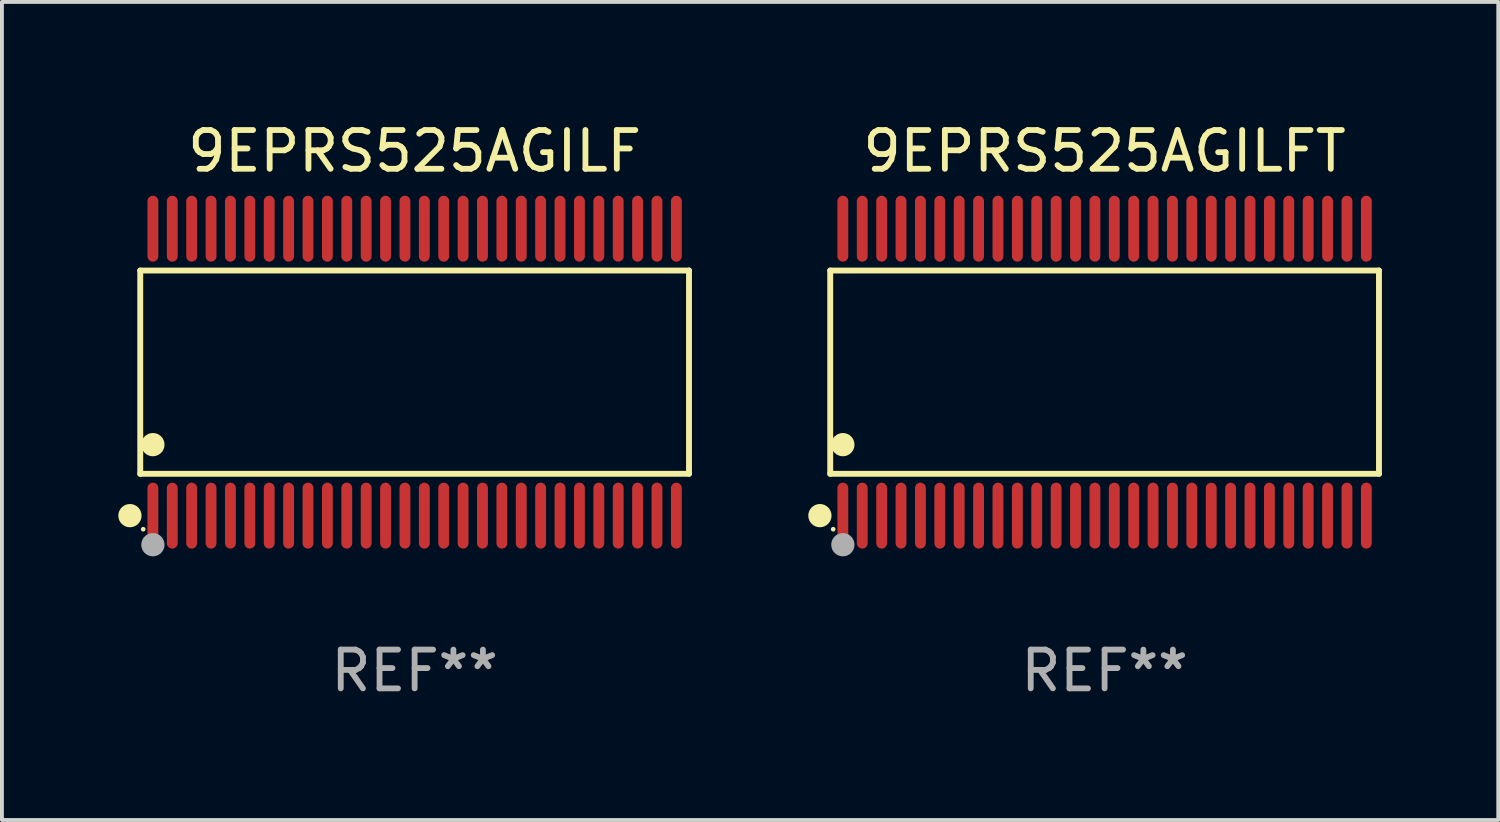
<source format=kicad_pcb>
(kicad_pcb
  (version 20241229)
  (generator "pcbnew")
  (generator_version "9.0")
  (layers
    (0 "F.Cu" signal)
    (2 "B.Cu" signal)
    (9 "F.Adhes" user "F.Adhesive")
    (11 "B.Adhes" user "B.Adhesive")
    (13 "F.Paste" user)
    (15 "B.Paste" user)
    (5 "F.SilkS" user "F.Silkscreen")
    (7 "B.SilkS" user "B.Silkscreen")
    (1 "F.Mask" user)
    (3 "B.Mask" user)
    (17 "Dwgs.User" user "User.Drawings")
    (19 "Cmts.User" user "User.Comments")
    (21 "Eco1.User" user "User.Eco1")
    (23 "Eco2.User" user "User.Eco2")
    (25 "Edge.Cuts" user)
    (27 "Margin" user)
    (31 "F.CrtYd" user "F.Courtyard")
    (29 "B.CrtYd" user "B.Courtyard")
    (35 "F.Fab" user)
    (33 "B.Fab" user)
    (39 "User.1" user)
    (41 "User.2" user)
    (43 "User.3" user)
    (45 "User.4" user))
  (footprint "9EPRS525AGILFT"
    (layer "F.Cu")
    (at 25.437 6.548)
    (property "Reference" "9EPRS525AGILFT" (at 0 -5.7 0) (layer "F.SilkS") (effects (font (size 1 1) (thickness 0.15))))
    (attr through_hole)
    (fp_line (start -7.076 -2.621) (end 7.076 -2.621) (stroke (width 0.152) (type solid)) (layer "F.SilkS"))
    (fp_line (start -7.076 2.621) (end -7.076 -2.621) (stroke (width 0.152) (type solid)) (layer "F.SilkS"))
    (fp_line (start 7.076 -2.621) (end 7.076 2.621) (stroke (width 0.152) (type solid)) (layer "F.SilkS"))
    (fp_line (start 7.076 2.621) (end -7.076 2.621) (stroke (width 0.152) (type solid)) (layer "F.SilkS"))
    (fp_circle (center -7.342 3.7) (end -7.192 3.7) (stroke (width 0.3) (type solid)) (fill no) (layer "F.SilkS"))
    (fp_circle (center -7 4.05) (end -6.97 4.05) (stroke (width 0.06) (type solid)) (fill no) (layer "F.SilkS"))
    (fp_circle (center -6.75 1.869) (end -6.6 1.869) (stroke (width 0.3) (type solid)) (fill no) (layer "F.SilkS"))
    (fp_circle (center -6.75 4.45) (end -6.6 4.45) (stroke (width 0.3) (type solid)) (fill no) (layer "F.Fab"))
    (fp_text user "REF**" (at 0 7.7 0) (layer "F.Fab") (effects (font (size 1 1) (thickness 0.15))))
    (pad "1" smd oval (at -6.75 3.7) (size 0.28 1.7) (layers "F.Cu" "F.Mask" "F.Paste"))
    (pad "2" smd oval (at -6.25 3.7) (size 0.28 1.7) (layers "F.Cu" "F.Mask" "F.Paste"))
    (pad "3" smd oval (at -5.75 3.7) (size 0.28 1.7) (layers "F.Cu" "F.Mask" "F.Paste"))
    (pad "4" smd oval (at -5.25 3.7) (size 0.28 1.7) (layers "F.Cu" "F.Mask" "F.Paste"))
    (pad "5" smd oval (at -4.75 3.7) (size 0.28 1.7) (layers "F.Cu" "F.Mask" "F.Paste"))
    (pad "6" smd oval (at -4.25 3.7) (size 0.28 1.7) (layers "F.Cu" "F.Mask" "F.Paste"))
    (pad "7" smd oval (at -3.75 3.7) (size 0.28 1.7) (layers "F.Cu" "F.Mask" "F.Paste"))
    (pad "8" smd oval (at -3.25 3.7) (size 0.28 1.7) (layers "F.Cu" "F.Mask" "F.Paste"))
    (pad "9" smd oval (at -2.75 3.7) (size 0.28 1.7) (layers "F.Cu" "F.Mask" "F.Paste"))
    (pad "10" smd oval (at -2.25 3.7) (size 0.28 1.7) (layers "F.Cu" "F.Mask" "F.Paste"))
    (pad "11" smd oval (at -1.75 3.7) (size 0.28 1.7) (layers "F.Cu" "F.Mask" "F.Paste"))
    (pad "12" smd oval (at -1.25 3.7) (size 0.28 1.7) (layers "F.Cu" "F.Mask" "F.Paste"))
    (pad "13" smd oval (at -0.75 3.7) (size 0.28 1.7) (layers "F.Cu" "F.Mask" "F.Paste"))
    (pad "14" smd oval (at -0.25 3.7) (size 0.28 1.7) (layers "F.Cu" "F.Mask" "F.Paste"))
    (pad "15" smd oval (at 0.25 3.7) (size 0.28 1.7) (layers "F.Cu" "F.Mask" "F.Paste"))
    (pad "16" smd oval (at 0.75 3.7) (size 0.28 1.7) (layers "F.Cu" "F.Mask" "F.Paste"))
    (pad "17" smd oval (at 1.25 3.7) (size 0.28 1.7) (layers "F.Cu" "F.Mask" "F.Paste"))
    (pad "18" smd oval (at 1.75 3.7) (size 0.28 1.7) (layers "F.Cu" "F.Mask" "F.Paste"))
    (pad "19" smd oval (at 2.25 3.7) (size 0.28 1.7) (layers "F.Cu" "F.Mask" "F.Paste"))
    (pad "20" smd oval (at 2.75 3.7) (size 0.28 1.7) (layers "F.Cu" "F.Mask" "F.Paste"))
    (pad "21" smd oval (at 3.25 3.7) (size 0.28 1.7) (layers "F.Cu" "F.Mask" "F.Paste"))
    (pad "22" smd oval (at 3.75 3.7) (size 0.28 1.7) (layers "F.Cu" "F.Mask" "F.Paste"))
    (pad "23" smd oval (at 4.25 3.7) (size 0.28 1.7) (layers "F.Cu" "F.Mask" "F.Paste"))
    (pad "24" smd oval (at 4.75 3.7) (size 0.28 1.7) (layers "F.Cu" "F.Mask" "F.Paste"))
    (pad "25" smd oval (at 5.25 3.7) (size 0.28 1.7) (layers "F.Cu" "F.Mask" "F.Paste"))
    (pad "26" smd oval (at 5.75 3.7) (size 0.28 1.7) (layers "F.Cu" "F.Mask" "F.Paste"))
    (pad "27" smd oval (at 6.25 3.7) (size 0.28 1.7) (layers "F.Cu" "F.Mask" "F.Paste"))
    (pad "28" smd oval (at 6.75 3.7) (size 0.28 1.7) (layers "F.Cu" "F.Mask" "F.Paste"))
    (pad "29" smd oval (at 6.75 -3.7) (size 0.28 1.7) (layers "F.Cu" "F.Mask" "F.Paste"))
    (pad "30" smd oval (at 6.25 -3.7) (size 0.28 1.7) (layers "F.Cu" "F.Mask" "F.Paste"))
    (pad "31" smd oval (at 5.75 -3.7) (size 0.28 1.7) (layers "F.Cu" "F.Mask" "F.Paste"))
    (pad "32" smd oval (at 5.25 -3.7) (size 0.28 1.7) (layers "F.Cu" "F.Mask" "F.Paste"))
    (pad "33" smd oval (at 4.75 -3.7) (size 0.28 1.7) (layers "F.Cu" "F.Mask" "F.Paste"))
    (pad "34" smd oval (at 4.25 -3.7) (size 0.28 1.7) (layers "F.Cu" "F.Mask" "F.Paste"))
    (pad "35" smd oval (at 3.75 -3.7) (size 0.28 1.7) (layers "F.Cu" "F.Mask" "F.Paste"))
    (pad "36" smd oval (at 3.25 -3.7) (size 0.28 1.7) (layers "F.Cu" "F.Mask" "F.Paste"))
    (pad "37" smd oval (at 2.75 -3.7) (size 0.28 1.7) (layers "F.Cu" "F.Mask" "F.Paste"))
    (pad "38" smd oval (at 2.25 -3.7) (size 0.28 1.7) (layers "F.Cu" "F.Mask" "F.Paste"))
    (pad "39" smd oval (at 1.75 -3.7) (size 0.28 1.7) (layers "F.Cu" "F.Mask" "F.Paste"))
    (pad "40" smd oval (at 1.25 -3.7) (size 0.28 1.7) (layers "F.Cu" "F.Mask" "F.Paste"))
    (pad "41" smd oval (at 0.75 -3.7) (size 0.28 1.7) (layers "F.Cu" "F.Mask" "F.Paste"))
    (pad "42" smd oval (at 0.25 -3.7) (size 0.28 1.7) (layers "F.Cu" "F.Mask" "F.Paste"))
    (pad "43" smd oval (at -0.25 -3.7) (size 0.28 1.7) (layers "F.Cu" "F.Mask" "F.Paste"))
    (pad "44" smd oval (at -0.75 -3.7) (size 0.28 1.7) (layers "F.Cu" "F.Mask" "F.Paste"))
    (pad "45" smd oval (at -1.25 -3.7) (size 0.28 1.7) (layers "F.Cu" "F.Mask" "F.Paste"))
    (pad "46" smd oval (at -1.75 -3.7) (size 0.28 1.7) (layers "F.Cu" "F.Mask" "F.Paste"))
    (pad "47" smd oval (at -2.25 -3.7) (size 0.28 1.7) (layers "F.Cu" "F.Mask" "F.Paste"))
    (pad "48" smd oval (at -2.75 -3.7) (size 0.28 1.7) (layers "F.Cu" "F.Mask" "F.Paste"))
    (pad "49" smd oval (at -3.25 -3.7) (size 0.28 1.7) (layers "F.Cu" "F.Mask" "F.Paste"))
    (pad "50" smd oval (at -3.75 -3.7) (size 0.28 1.7) (layers "F.Cu" "F.Mask" "F.Paste"))
    (pad "51" smd oval (at -4.25 -3.7) (size 0.28 1.7) (layers "F.Cu" "F.Mask" "F.Paste"))
    (pad "52" smd oval (at -4.75 -3.7) (size 0.28 1.7) (layers "F.Cu" "F.Mask" "F.Paste"))
    (pad "53" smd oval (at -5.25 -3.7) (size 0.28 1.7) (layers "F.Cu" "F.Mask" "F.Paste"))
    (pad "54" smd oval (at -5.75 -3.7) (size 0.28 1.7) (layers "F.Cu" "F.Mask" "F.Paste"))
    (pad "55" smd oval (at -6.25 -3.7) (size 0.28 1.7) (layers "F.Cu" "F.Mask" "F.Paste"))
    (pad "56" smd oval (at -6.75 -3.7) (size 0.28 1.7) (layers "F.Cu" "F.Mask" "F.Paste")))
  (footprint "9EPRS525AGILF"
    (layer "F.Cu")
    (at 7.643 6.548)
    (property "Reference" "9EPRS525AGILF" (at 0 -5.7 0) (layer "F.SilkS") (effects (font (size 1 1) (thickness 0.15))))
    (attr through_hole)
    (fp_line (start -7.076 -2.621) (end 7.076 -2.621) (stroke (width 0.152) (type solid)) (layer "F.SilkS"))
    (fp_line (start -7.076 2.621) (end -7.076 -2.621) (stroke (width 0.152) (type solid)) (layer "F.SilkS"))
    (fp_line (start 7.076 -2.621) (end 7.076 2.621) (stroke (width 0.152) (type solid)) (layer "F.SilkS"))
    (fp_line (start 7.076 2.621) (end -7.076 2.621) (stroke (width 0.152) (type solid)) (layer "F.SilkS"))
    (fp_circle (center -7.342 3.7) (end -7.192 3.7) (stroke (width 0.3) (type solid)) (fill no) (layer "F.SilkS"))
    (fp_circle (center -7 4.05) (end -6.97 4.05) (stroke (width 0.06) (type solid)) (fill no) (layer "F.SilkS"))
    (fp_circle (center -6.75 1.869) (end -6.6 1.869) (stroke (width 0.3) (type solid)) (fill no) (layer "F.SilkS"))
    (fp_circle (center -6.75 4.45) (end -6.6 4.45) (stroke (width 0.3) (type solid)) (fill no) (layer "F.Fab"))
    (fp_text user "REF**" (at 0 7.7 0) (layer "F.Fab") (effects (font (size 1 1) (thickness 0.15))))
    (pad "1" smd oval (at -6.75 3.7) (size 0.28 1.7) (layers "F.Cu" "F.Mask" "F.Paste"))
    (pad "2" smd oval (at -6.25 3.7) (size 0.28 1.7) (layers "F.Cu" "F.Mask" "F.Paste"))
    (pad "3" smd oval (at -5.75 3.7) (size 0.28 1.7) (layers "F.Cu" "F.Mask" "F.Paste"))
    (pad "4" smd oval (at -5.25 3.7) (size 0.28 1.7) (layers "F.Cu" "F.Mask" "F.Paste"))
    (pad "5" smd oval (at -4.75 3.7) (size 0.28 1.7) (layers "F.Cu" "F.Mask" "F.Paste"))
    (pad "6" smd oval (at -4.25 3.7) (size 0.28 1.7) (layers "F.Cu" "F.Mask" "F.Paste"))
    (pad "7" smd oval (at -3.75 3.7) (size 0.28 1.7) (layers "F.Cu" "F.Mask" "F.Paste"))
    (pad "8" smd oval (at -3.25 3.7) (size 0.28 1.7) (layers "F.Cu" "F.Mask" "F.Paste"))
    (pad "9" smd oval (at -2.75 3.7) (size 0.28 1.7) (layers "F.Cu" "F.Mask" "F.Paste"))
    (pad "10" smd oval (at -2.25 3.7) (size 0.28 1.7) (layers "F.Cu" "F.Mask" "F.Paste"))
    (pad "11" smd oval (at -1.75 3.7) (size 0.28 1.7) (layers "F.Cu" "F.Mask" "F.Paste"))
    (pad "12" smd oval (at -1.25 3.7) (size 0.28 1.7) (layers "F.Cu" "F.Mask" "F.Paste"))
    (pad "13" smd oval (at -0.75 3.7) (size 0.28 1.7) (layers "F.Cu" "F.Mask" "F.Paste"))
    (pad "14" smd oval (at -0.25 3.7) (size 0.28 1.7) (layers "F.Cu" "F.Mask" "F.Paste"))
    (pad "15" smd oval (at 0.25 3.7) (size 0.28 1.7) (layers "F.Cu" "F.Mask" "F.Paste"))
    (pad "16" smd oval (at 0.75 3.7) (size 0.28 1.7) (layers "F.Cu" "F.Mask" "F.Paste"))
    (pad "17" smd oval (at 1.25 3.7) (size 0.28 1.7) (layers "F.Cu" "F.Mask" "F.Paste"))
    (pad "18" smd oval (at 1.75 3.7) (size 0.28 1.7) (layers "F.Cu" "F.Mask" "F.Paste"))
    (pad "19" smd oval (at 2.25 3.7) (size 0.28 1.7) (layers "F.Cu" "F.Mask" "F.Paste"))
    (pad "20" smd oval (at 2.75 3.7) (size 0.28 1.7) (layers "F.Cu" "F.Mask" "F.Paste"))
    (pad "21" smd oval (at 3.25 3.7) (size 0.28 1.7) (layers "F.Cu" "F.Mask" "F.Paste"))
    (pad "22" smd oval (at 3.75 3.7) (size 0.28 1.7) (layers "F.Cu" "F.Mask" "F.Paste"))
    (pad "23" smd oval (at 4.25 3.7) (size 0.28 1.7) (layers "F.Cu" "F.Mask" "F.Paste"))
    (pad "24" smd oval (at 4.75 3.7) (size 0.28 1.7) (layers "F.Cu" "F.Mask" "F.Paste"))
    (pad "25" smd oval (at 5.25 3.7) (size 0.28 1.7) (layers "F.Cu" "F.Mask" "F.Paste"))
    (pad "26" smd oval (at 5.75 3.7) (size 0.28 1.7) (layers "F.Cu" "F.Mask" "F.Paste"))
    (pad "27" smd oval (at 6.25 3.7) (size 0.28 1.7) (layers "F.Cu" "F.Mask" "F.Paste"))
    (pad "28" smd oval (at 6.75 3.7) (size 0.28 1.7) (layers "F.Cu" "F.Mask" "F.Paste"))
    (pad "29" smd oval (at 6.75 -3.7) (size 0.28 1.7) (layers "F.Cu" "F.Mask" "F.Paste"))
    (pad "30" smd oval (at 6.25 -3.7) (size 0.28 1.7) (layers "F.Cu" "F.Mask" "F.Paste"))
    (pad "31" smd oval (at 5.75 -3.7) (size 0.28 1.7) (layers "F.Cu" "F.Mask" "F.Paste"))
    (pad "32" smd oval (at 5.25 -3.7) (size 0.28 1.7) (layers "F.Cu" "F.Mask" "F.Paste"))
    (pad "33" smd oval (at 4.75 -3.7) (size 0.28 1.7) (layers "F.Cu" "F.Mask" "F.Paste"))
    (pad "34" smd oval (at 4.25 -3.7) (size 0.28 1.7) (layers "F.Cu" "F.Mask" "F.Paste"))
    (pad "35" smd oval (at 3.75 -3.7) (size 0.28 1.7) (layers "F.Cu" "F.Mask" "F.Paste"))
    (pad "36" smd oval (at 3.25 -3.7) (size 0.28 1.7) (layers "F.Cu" "F.Mask" "F.Paste"))
    (pad "37" smd oval (at 2.75 -3.7) (size 0.28 1.7) (layers "F.Cu" "F.Mask" "F.Paste"))
    (pad "38" smd oval (at 2.25 -3.7) (size 0.28 1.7) (layers "F.Cu" "F.Mask" "F.Paste"))
    (pad "39" smd oval (at 1.75 -3.7) (size 0.28 1.7) (layers "F.Cu" "F.Mask" "F.Paste"))
    (pad "40" smd oval (at 1.25 -3.7) (size 0.28 1.7) (layers "F.Cu" "F.Mask" "F.Paste"))
    (pad "41" smd oval (at 0.75 -3.7) (size 0.28 1.7) (layers "F.Cu" "F.Mask" "F.Paste"))
    (pad "42" smd oval (at 0.25 -3.7) (size 0.28 1.7) (layers "F.Cu" "F.Mask" "F.Paste"))
    (pad "43" smd oval (at -0.25 -3.7) (size 0.28 1.7) (layers "F.Cu" "F.Mask" "F.Paste"))
    (pad "44" smd oval (at -0.75 -3.7) (size 0.28 1.7) (layers "F.Cu" "F.Mask" "F.Paste"))
    (pad "45" smd oval (at -1.25 -3.7) (size 0.28 1.7) (layers "F.Cu" "F.Mask" "F.Paste"))
    (pad "46" smd oval (at -1.75 -3.7) (size 0.28 1.7) (layers "F.Cu" "F.Mask" "F.Paste"))
    (pad "47" smd oval (at -2.25 -3.7) (size 0.28 1.7) (layers "F.Cu" "F.Mask" "F.Paste"))
    (pad "48" smd oval (at -2.75 -3.7) (size 0.28 1.7) (layers "F.Cu" "F.Mask" "F.Paste"))
    (pad "49" smd oval (at -3.25 -3.7) (size 0.28 1.7) (layers "F.Cu" "F.Mask" "F.Paste"))
    (pad "50" smd oval (at -3.75 -3.7) (size 0.28 1.7) (layers "F.Cu" "F.Mask" "F.Paste"))
    (pad "51" smd oval (at -4.25 -3.7) (size 0.28 1.7) (layers "F.Cu" "F.Mask" "F.Paste"))
    (pad "52" smd oval (at -4.75 -3.7) (size 0.28 1.7) (layers "F.Cu" "F.Mask" "F.Paste"))
    (pad "53" smd oval (at -5.25 -3.7) (size 0.28 1.7) (layers "F.Cu" "F.Mask" "F.Paste"))
    (pad "54" smd oval (at -5.75 -3.7) (size 0.28 1.7) (layers "F.Cu" "F.Mask" "F.Paste"))
    (pad "55" smd oval (at -6.25 -3.7) (size 0.28 1.7) (layers "F.Cu" "F.Mask" "F.Paste"))
    (pad "56" smd oval (at -6.75 -3.7) (size 0.28 1.7) (layers "F.Cu" "F.Mask" "F.Paste")))
  (gr_rect
    (start -3 -3)
    (end 35.59 18.097)
    (stroke (width 0.1) (type default))
    (fill no)
    (layer "Edge.Cuts")))
</source>
